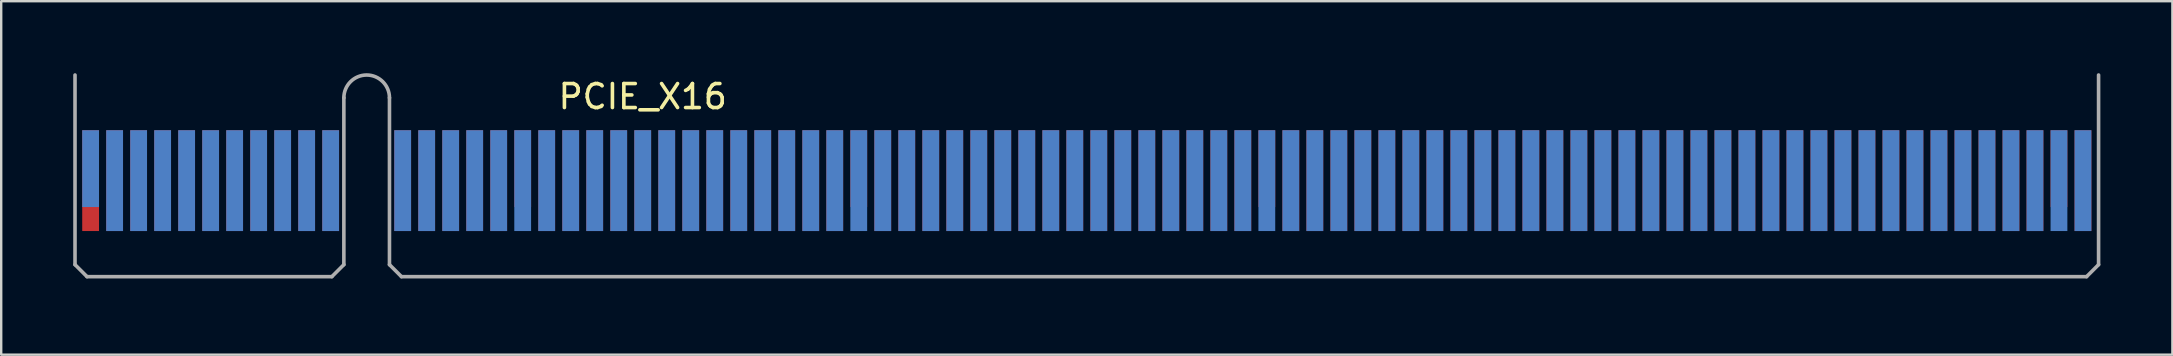
<source format=kicad_pcb>
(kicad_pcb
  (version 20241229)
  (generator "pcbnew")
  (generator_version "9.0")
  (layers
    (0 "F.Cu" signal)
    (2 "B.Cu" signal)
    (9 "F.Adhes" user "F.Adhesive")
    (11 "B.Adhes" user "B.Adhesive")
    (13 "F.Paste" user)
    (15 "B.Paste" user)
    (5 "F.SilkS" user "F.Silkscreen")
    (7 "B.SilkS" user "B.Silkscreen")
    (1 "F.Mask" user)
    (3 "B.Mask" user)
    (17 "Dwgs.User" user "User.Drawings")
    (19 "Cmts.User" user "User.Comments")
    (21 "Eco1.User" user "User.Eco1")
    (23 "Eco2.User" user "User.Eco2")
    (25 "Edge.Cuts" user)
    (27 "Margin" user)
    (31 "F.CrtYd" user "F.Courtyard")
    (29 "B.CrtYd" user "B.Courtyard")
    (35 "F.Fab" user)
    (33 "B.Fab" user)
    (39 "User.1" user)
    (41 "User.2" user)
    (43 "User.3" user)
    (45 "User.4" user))
  (footprint "PCIE_X16"
    (layer "F.Cu")
    (at 12.225 8.475)
    (property "Reference" "PCIE_X16" (at 11.5 -7.5 0) (layer "F.SilkS") (effects (font (size 1 1) (thickness 0.15))))
    (attr through_hole)
    (fp_line (start -12.15 -0.5) (end -12.15 -8.4) (stroke (width 0.15) (type solid)) (layer "F.Fab"))
    (fp_line (start -12.15 -0.5) (end -11.65 0) (stroke (width 0.15) (type solid)) (layer "F.Fab"))
    (fp_line (start -11.65 0) (end -1.45 0) (stroke (width 0.15) (type solid)) (layer "F.Fab"))
    (fp_line (start -0.95 -0.5) (end -1.45 0) (stroke (width 0.15) (type solid)) (layer "F.Fab"))
    (fp_line (start -0.95 -0.5) (end -0.95 -7.45) (stroke (width 0.15) (type solid)) (layer "F.Fab"))
    (fp_line (start 0.95 -7.45) (end 0.95 -0.5) (stroke (width 0.15) (type solid)) (layer "F.Fab"))
    (fp_line (start 0.95 -0.5) (end 1.45 0) (stroke (width 0.15) (type solid)) (layer "F.Fab"))
    (fp_line (start 71.65 0) (end 1.45 0) (stroke (width 0.15) (type solid)) (layer "F.Fab"))
    (fp_line (start 72.15 -0.5) (end 71.65 0) (stroke (width 0.15) (type solid)) (layer "F.Fab"))
    (fp_line (start 72.15 -0.5) (end 72.15 -8.4) (stroke (width 0.15) (type solid)) (layer "F.Fab"))
    (fp_arc (start -0.95 -7.45) (mid 0 -8.4) (end 0.95 -7.45) (stroke (width 0.15) (type solid)) (layer "F.Fab"))
    (pad "A1" smd rect (at -11.5 -4.5) (size 0.7 3.2) (layers "B.Cu" "B.Mask" "B.Paste"))
    (pad "A2" smd rect (at -10.5 -4) (size 0.7 4.2) (layers "B.Cu" "B.Mask" "B.Paste"))
    (pad "A3" smd rect (at -9.5 -4) (size 0.7 4.2) (layers "B.Cu" "B.Mask" "B.Paste"))
    (pad "A4" smd rect (at -8.5 -4) (size 0.7 4.2) (layers "B.Cu" "B.Mask" "B.Paste"))
    (pad "A5" smd rect (at -7.5 -4) (size 0.7 4.2) (layers "B.Cu" "B.Mask" "B.Paste"))
    (pad "A6" smd rect (at -6.5 -4) (size 0.7 4.2) (layers "B.Cu" "B.Mask" "B.Paste"))
    (pad "A7" smd rect (at -5.5 -4) (size 0.7 4.2) (layers "B.Cu" "B.Mask" "B.Paste"))
    (pad "A8" smd rect (at -4.5 -4) (size 0.7 4.2) (layers "B.Cu" "B.Mask" "B.Paste"))
    (pad "A9" smd rect (at -3.5 -4) (size 0.7 4.2) (layers "B.Cu" "B.Mask" "B.Paste"))
    (pad "A10" smd rect (at -2.5 -4) (size 0.7 4.2) (layers "B.Cu" "B.Mask" "B.Paste"))
    (pad "A11" smd rect (at -1.5 -4) (size 0.7 4.2) (layers "B.Cu" "B.Mask" "B.Paste"))
    (pad "A12" smd rect (at 1.5 -4) (size 0.7 4.2) (layers "B.Cu" "B.Mask" "B.Paste"))
    (pad "A13" smd rect (at 2.5 -4) (size 0.7 4.2) (layers "B.Cu" "B.Mask" "B.Paste"))
    (pad "A14" smd rect (at 3.5 -4) (size 0.7 4.2) (layers "B.Cu" "B.Mask" "B.Paste"))
    (pad "A15" smd rect (at 4.5 -4) (size 0.7 4.2) (layers "B.Cu" "B.Mask" "B.Paste"))
    (pad "A16" smd rect (at 5.5 -4) (size 0.7 4.2) (layers "B.Cu" "B.Mask" "B.Paste"))
    (pad "A17" smd rect (at 6.5 -4) (size 0.7 4.2) (layers "B.Cu" "B.Mask" "B.Paste"))
    (pad "A18" smd rect (at 7.5 -4) (size 0.7 4.2) (layers "B.Cu" "B.Mask" "B.Paste"))
    (pad "A19" smd rect (at 8.5 -4) (size 0.7 4.2) (layers "B.Cu" "B.Mask" "B.Paste"))
    (pad "A20" smd rect (at 9.5 -4) (size 0.7 4.2) (layers "B.Cu" "B.Mask" "B.Paste"))
    (pad "A21" smd rect (at 10.5 -4) (size 0.7 4.2) (layers "B.Cu" "B.Mask" "B.Paste"))
    (pad "A22" smd rect (at 11.5 -4) (size 0.7 4.2) (layers "B.Cu" "B.Mask" "B.Paste"))
    (pad "A23" smd rect (at 12.5 -4) (size 0.7 4.2) (layers "B.Cu" "B.Mask" "B.Paste"))
    (pad "A24" smd rect (at 13.5 -4) (size 0.7 4.2) (layers "B.Cu" "B.Mask" "B.Paste"))
    (pad "A25" smd rect (at 14.5 -4) (size 0.7 4.2) (layers "B.Cu" "B.Mask" "B.Paste"))
    (pad "A26" smd rect (at 15.5 -4) (size 0.7 4.2) (layers "B.Cu" "B.Mask" "B.Paste"))
    (pad "A27" smd rect (at 16.5 -4) (size 0.7 4.2) (layers "B.Cu" "B.Mask" "B.Paste"))
    (pad "A28" smd rect (at 17.5 -4) (size 0.7 4.2) (layers "B.Cu" "B.Mask" "B.Paste"))
    (pad "A29" smd rect (at 18.5 -4) (size 0.7 4.2) (layers "B.Cu" "B.Mask" "B.Paste"))
    (pad "A30" smd rect (at 19.5 -4) (size 0.7 4.2) (layers "B.Cu" "B.Mask" "B.Paste"))
    (pad "A31" smd rect (at 20.5 -4) (size 0.7 4.2) (layers "B.Cu" "B.Mask" "B.Paste"))
    (pad "A32" smd rect (at 21.5 -4) (size 0.7 4.2) (layers "B.Cu" "B.Mask" "B.Paste"))
    (pad "A33" smd rect (at 22.5 -4) (size 0.7 4.2) (layers "B.Cu" "B.Mask" "B.Paste"))
    (pad "A34" smd rect (at 23.5 -4) (size 0.7 4.2) (layers "B.Cu" "B.Mask" "B.Paste"))
    (pad "A35" smd rect (at 24.5 -4) (size 0.7 4.2) (layers "B.Cu" "B.Mask" "B.Paste"))
    (pad "A36" smd rect (at 25.5 -4) (size 0.7 4.2) (layers "B.Cu" "B.Mask" "B.Paste"))
    (pad "A37" smd rect (at 26.5 -4) (size 0.7 4.2) (layers "B.Cu" "B.Mask" "B.Paste"))
    (pad "A38" smd rect (at 27.5 -4) (size 0.7 4.2) (layers "B.Cu" "B.Mask" "B.Paste"))
    (pad "A39" smd rect (at 28.5 -4) (size 0.7 4.2) (layers "B.Cu" "B.Mask" "B.Paste"))
    (pad "A40" smd rect (at 29.5 -4) (size 0.7 4.2) (layers "B.Cu" "B.Mask" "B.Paste"))
    (pad "A41" smd rect (at 30.5 -4) (size 0.7 4.2) (layers "B.Cu" "B.Mask" "B.Paste"))
    (pad "A42" smd rect (at 31.5 -4) (size 0.7 4.2) (layers "B.Cu" "B.Mask" "B.Paste"))
    (pad "A43" smd rect (at 32.5 -4) (size 0.7 4.2) (layers "B.Cu" "B.Mask" "B.Paste"))
    (pad "A44" smd rect (at 33.5 -4) (size 0.7 4.2) (layers "B.Cu" "B.Mask" "B.Paste"))
    (pad "A45" smd rect (at 34.5 -4) (size 0.7 4.2) (layers "B.Cu" "B.Mask" "B.Paste"))
    (pad "A46" smd rect (at 35.5 -4) (size 0.7 4.2) (layers "B.Cu" "B.Mask" "B.Paste"))
    (pad "A47" smd rect (at 36.5 -4) (size 0.7 4.2) (layers "B.Cu" "B.Mask" "B.Paste"))
    (pad "A48" smd rect (at 37.5 -4) (size 0.7 4.2) (layers "B.Cu" "B.Mask" "B.Paste"))
    (pad "A49" smd rect (at 38.5 -4) (size 0.7 4.2) (layers "B.Cu" "B.Mask" "B.Paste"))
    (pad "A50" smd rect (at 39.5 -4) (size 0.7 4.2) (layers "B.Cu" "B.Mask" "B.Paste"))
    (pad "A51" smd rect (at 40.5 -4) (size 0.7 4.2) (layers "B.Cu" "B.Mask" "B.Paste"))
    (pad "A52" smd rect (at 41.5 -4) (size 0.7 4.2) (layers "B.Cu" "B.Mask" "B.Paste"))
    (pad "A53" smd rect (at 42.5 -4) (size 0.7 4.2) (layers "B.Cu" "B.Mask" "B.Paste"))
    (pad "A54" smd rect (at 43.5 -4) (size 0.7 4.2) (layers "B.Cu" "B.Mask" "B.Paste"))
    (pad "A55" smd rect (at 44.5 -4) (size 0.7 4.2) (layers "B.Cu" "B.Mask" "B.Paste"))
    (pad "A56" smd rect (at 45.5 -4) (size 0.7 4.2) (layers "B.Cu" "B.Mask" "B.Paste"))
    (pad "A57" smd rect (at 46.5 -4) (size 0.7 4.2) (layers "B.Cu" "B.Mask" "B.Paste"))
    (pad "A58" smd rect (at 47.5 -4) (size 0.7 4.2) (layers "B.Cu" "B.Mask" "B.Paste"))
    (pad "A59" smd rect (at 48.5 -4) (size 0.7 4.2) (layers "B.Cu" "B.Mask" "B.Paste"))
    (pad "A60" smd rect (at 49.5 -4) (size 0.7 4.2) (layers "B.Cu" "B.Mask" "B.Paste"))
    (pad "A61" smd rect (at 50.5 -4) (size 0.7 4.2) (layers "B.Cu" "B.Mask" "B.Paste"))
    (pad "A62" smd rect (at 51.5 -4) (size 0.7 4.2) (layers "B.Cu" "B.Mask" "B.Paste"))
    (pad "A63" smd rect (at 52.5 -4) (size 0.7 4.2) (layers "B.Cu" "B.Mask" "B.Paste"))
    (pad "A64" smd rect (at 53.5 -4) (size 0.7 4.2) (layers "B.Cu" "B.Mask" "B.Paste"))
    (pad "A65" smd rect (at 54.5 -4) (size 0.7 4.2) (layers "B.Cu" "B.Mask" "B.Paste"))
    (pad "A66" smd rect (at 55.5 -4) (size 0.7 4.2) (layers "B.Cu" "B.Mask" "B.Paste"))
    (pad "A67" smd rect (at 56.5 -4) (size 0.7 4.2) (layers "B.Cu" "B.Mask" "B.Paste"))
    (pad "A68" smd rect (at 57.5 -4) (size 0.7 4.2) (layers "B.Cu" "B.Mask" "B.Paste"))
    (pad "A69" smd rect (at 58.5 -4) (size 0.7 4.2) (layers "B.Cu" "B.Mask" "B.Paste"))
    (pad "A70" smd rect (at 59.5 -4) (size 0.7 4.2) (layers "B.Cu" "B.Mask" "B.Paste"))
    (pad "A71" smd rect (at 60.5 -4) (size 0.7 4.2) (layers "B.Cu" "B.Mask" "B.Paste"))
    (pad "A72" smd rect (at 61.5 -4) (size 0.7 4.2) (layers "B.Cu" "B.Mask" "B.Paste"))
    (pad "A73" smd rect (at 62.5 -4) (size 0.7 4.2) (layers "B.Cu" "B.Mask" "B.Paste"))
    (pad "A74" smd rect (at 63.5 -4) (size 0.7 4.2) (layers "B.Cu" "B.Mask" "B.Paste"))
    (pad "A75" smd rect (at 64.5 -4) (size 0.7 4.2) (layers "B.Cu" "B.Mask" "B.Paste"))
    (pad "A76" smd rect (at 65.5 -4) (size 0.7 4.2) (layers "B.Cu" "B.Mask" "B.Paste"))
    (pad "A77" smd rect (at 66.5 -4) (size 0.7 4.2) (layers "B.Cu" "B.Mask" "B.Paste"))
    (pad "A78" smd rect (at 67.5 -4) (size 0.7 4.2) (layers "B.Cu" "B.Mask" "B.Paste"))
    (pad "A79" smd rect (at 68.5 -4) (size 0.7 4.2) (layers "B.Cu" "B.Mask" "B.Paste"))
    (pad "A80" smd rect (at 69.5 -4) (size 0.7 4.2) (layers "B.Cu" "B.Mask" "B.Paste"))
    (pad "A81" smd rect (at 70.5 -4) (size 0.7 4.2) (layers "B.Cu" "B.Mask" "B.Paste"))
    (pad "A82" smd rect (at 71.5 -4) (size 0.7 4.2) (layers "B.Cu" "B.Mask" "B.Paste"))
    (pad "B1" smd rect (at -11.5 -4) (size 0.7 4.2) (layers "F.Cu" "F.Mask" "F.Paste"))
    (pad "B2" smd rect (at -10.5 -4) (size 0.7 4.2) (layers "F.Cu" "F.Mask" "F.Paste"))
    (pad "B3" smd rect (at -9.5 -4) (size 0.7 4.2) (layers "F.Cu" "F.Mask" "F.Paste"))
    (pad "B4" smd rect (at -8.5 -4) (size 0.7 4.2) (layers "F.Cu" "F.Mask" "F.Paste"))
    (pad "B5" smd rect (at -7.5 -4) (size 0.7 4.2) (layers "F.Cu" "F.Mask" "F.Paste"))
    (pad "B6" smd rect (at -6.5 -4) (size 0.7 4.2) (layers "F.Cu" "F.Mask" "F.Paste"))
    (pad "B7" smd rect (at -5.5 -4) (size 0.7 4.2) (layers "F.Cu" "F.Mask" "F.Paste"))
    (pad "B8" smd rect (at -4.5 -4) (size 0.7 4.2) (layers "F.Cu" "F.Mask" "F.Paste"))
    (pad "B9" smd rect (at -3.5 -4) (size 0.7 4.2) (layers "F.Cu" "F.Mask" "F.Paste"))
    (pad "B10" smd rect (at -2.5 -4) (size 0.7 4.2) (layers "F.Cu" "F.Mask" "F.Paste"))
    (pad "B11" smd rect (at -1.5 -4) (size 0.7 4.2) (layers "F.Cu" "F.Mask" "F.Paste"))
    (pad "B12" smd rect (at 1.5 -4) (size 0.7 4.2) (layers "F.Cu" "F.Mask" "F.Paste"))
    (pad "B13" smd rect (at 2.5 -4) (size 0.7 4.2) (layers "F.Cu" "F.Mask" "F.Paste"))
    (pad "B14" smd rect (at 3.5 -4) (size 0.7 4.2) (layers "F.Cu" "F.Mask" "F.Paste"))
    (pad "B15" smd rect (at 4.5 -4) (size 0.7 4.2) (layers "F.Cu" "F.Mask" "F.Paste"))
    (pad "B16" smd rect (at 5.5 -4) (size 0.7 4.2) (layers "F.Cu" "F.Mask" "F.Paste"))
    (pad "B17" smd rect (at 6.5 -4.5) (size 0.7 3.2) (layers "F.Cu" "F.Mask" "F.Paste"))
    (pad "B18" smd rect (at 7.5 -4) (size 0.7 4.2) (layers "F.Cu" "F.Mask" "F.Paste"))
    (pad "B19" smd rect (at 8.5 -4) (size 0.7 4.2) (layers "F.Cu" "F.Mask" "F.Paste"))
    (pad "B20" smd rect (at 9.5 -4) (size 0.7 4.2) (layers "F.Cu" "F.Mask" "F.Paste"))
    (pad "B21" smd rect (at 10.5 -4) (size 0.7 4.2) (layers "F.Cu" "F.Mask" "F.Paste"))
    (pad "B22" smd rect (at 11.5 -4) (size 0.7 4.2) (layers "F.Cu" "F.Mask" "F.Paste"))
    (pad "B23" smd rect (at 12.5 -4) (size 0.7 4.2) (layers "F.Cu" "F.Mask" "F.Paste"))
    (pad "B24" smd rect (at 13.5 -4) (size 0.7 4.2) (layers "F.Cu" "F.Mask" "F.Paste"))
    (pad "B25" smd rect (at 14.5 -4) (size 0.7 4.2) (layers "F.Cu" "F.Mask" "F.Paste"))
    (pad "B26" smd rect (at 15.5 -4) (size 0.7 4.2) (layers "F.Cu" "F.Mask" "F.Paste"))
    (pad "B27" smd rect (at 16.5 -4) (size 0.7 4.2) (layers "F.Cu" "F.Mask" "F.Paste"))
    (pad "B28" smd rect (at 17.5 -4) (size 0.7 4.2) (layers "F.Cu" "F.Mask" "F.Paste"))
    (pad "B29" smd rect (at 18.5 -4) (size 0.7 4.2) (layers "F.Cu" "F.Mask" "F.Paste"))
    (pad "B30" smd rect (at 19.5 -4) (size 0.7 4.2) (layers "F.Cu" "F.Mask" "F.Paste"))
    (pad "B31" smd rect (at 20.5 -4.5) (size 0.7 3.2) (layers "F.Cu" "F.Mask" "F.Paste"))
    (pad "B32" smd rect (at 21.5 -4) (size 0.7 4.2) (layers "F.Cu" "F.Mask" "F.Paste"))
    (pad "B33" smd rect (at 22.5 -4) (size 0.7 4.2) (layers "F.Cu" "F.Mask" "F.Paste"))
    (pad "B34" smd rect (at 23.5 -4) (size 0.7 4.2) (layers "F.Cu" "F.Mask" "F.Paste"))
    (pad "B35" smd rect (at 24.5 -4) (size 0.7 4.2) (layers "F.Cu" "F.Mask" "F.Paste"))
    (pad "B36" smd rect (at 25.5 -4) (size 0.7 4.2) (layers "F.Cu" "F.Mask" "F.Paste"))
    (pad "B37" smd rect (at 26.5 -4) (size 0.7 4.2) (layers "F.Cu" "F.Mask" "F.Paste"))
    (pad "B38" smd rect (at 27.5 -4) (size 0.7 4.2) (layers "F.Cu" "F.Mask" "F.Paste"))
    (pad "B39" smd rect (at 28.5 -4) (size 0.7 4.2) (layers "F.Cu" "F.Mask" "F.Paste"))
    (pad "B40" smd rect (at 29.5 -4) (size 0.7 4.2) (layers "F.Cu" "F.Mask" "F.Paste"))
    (pad "B41" smd rect (at 30.5 -4) (size 0.7 4.2) (layers "F.Cu" "F.Mask" "F.Paste"))
    (pad "B42" smd rect (at 31.5 -4) (size 0.7 4.2) (layers "F.Cu" "F.Mask" "F.Paste"))
    (pad "B43" smd rect (at 32.5 -4) (size 0.7 4.2) (layers "F.Cu" "F.Mask" "F.Paste"))
    (pad "B44" smd rect (at 33.5 -4) (size 0.7 4.2) (layers "F.Cu" "F.Mask" "F.Paste"))
    (pad "B45" smd rect (at 34.5 -4) (size 0.7 4.2) (layers "F.Cu" "F.Mask" "F.Paste"))
    (pad "B46" smd rect (at 35.5 -4) (size 0.7 4.2) (layers "F.Cu" "F.Mask" "F.Paste"))
    (pad "B47" smd rect (at 36.5 -4) (size 0.7 4.2) (layers "F.Cu" "F.Mask" "F.Paste"))
    (pad "B48" smd rect (at 37.5 -4.5) (size 0.7 3.2) (layers "F.Cu" "F.Mask" "F.Paste"))
    (pad "B49" smd rect (at 38.5 -4) (size 0.7 4.2) (layers "F.Cu" "F.Mask" "F.Paste"))
    (pad "B50" smd rect (at 39.5 -4) (size 0.7 4.2) (layers "F.Cu" "F.Mask" "F.Paste"))
    (pad "B51" smd rect (at 40.5 -4) (size 0.7 4.2) (layers "F.Cu" "F.Mask" "F.Paste"))
    (pad "B52" smd rect (at 41.5 -4) (size 0.7 4.2) (layers "F.Cu" "F.Mask" "F.Paste"))
    (pad "B53" smd rect (at 42.5 -4) (size 0.7 4.2) (layers "F.Cu" "F.Mask" "F.Paste"))
    (pad "B54" smd rect (at 43.5 -4) (size 0.7 4.2) (layers "F.Cu" "F.Mask" "F.Paste"))
    (pad "B55" smd rect (at 44.5 -4) (size 0.7 4.2) (layers "F.Cu" "F.Mask" "F.Paste"))
    (pad "B56" smd rect (at 45.5 -4) (size 0.7 4.2) (layers "F.Cu" "F.Mask" "F.Paste"))
    (pad "B57" smd rect (at 46.5 -4) (size 0.7 4.2) (layers "F.Cu" "F.Mask" "F.Paste"))
    (pad "B58" smd rect (at 47.5 -4) (size 0.7 4.2) (layers "F.Cu" "F.Mask" "F.Paste"))
    (pad "B59" smd rect (at 48.5 -4) (size 0.7 4.2) (layers "F.Cu" "F.Mask" "F.Paste"))
    (pad "B60" smd rect (at 49.5 -4) (size 0.7 4.2) (layers "F.Cu" "F.Mask" "F.Paste"))
    (pad "B61" smd rect (at 50.5 -4) (size 0.7 4.2) (layers "F.Cu" "F.Mask" "F.Paste"))
    (pad "B62" smd rect (at 51.5 -4) (size 0.7 4.2) (layers "F.Cu" "F.Mask" "F.Paste"))
    (pad "B63" smd rect (at 52.5 -4) (size 0.7 4.2) (layers "F.Cu" "F.Mask" "F.Paste"))
    (pad "B64" smd rect (at 53.5 -4) (size 0.7 4.2) (layers "F.Cu" "F.Mask" "F.Paste"))
    (pad "B65" smd rect (at 54.5 -4) (size 0.7 4.2) (layers "F.Cu" "F.Mask" "F.Paste"))
    (pad "B66" smd rect (at 55.5 -4) (size 0.7 4.2) (layers "F.Cu" "F.Mask" "F.Paste"))
    (pad "B67" smd rect (at 56.5 -4) (size 0.7 4.2) (layers "F.Cu" "F.Mask" "F.Paste"))
    (pad "B68" smd rect (at 57.5 -4) (size 0.7 4.2) (layers "F.Cu" "F.Mask" "F.Paste"))
    (pad "B69" smd rect (at 58.5 -4) (size 0.7 4.2) (layers "F.Cu" "F.Mask" "F.Paste"))
    (pad "B70" smd rect (at 59.5 -4) (size 0.7 4.2) (layers "F.Cu" "F.Mask" "F.Paste"))
    (pad "B71" smd rect (at 60.5 -4) (size 0.7 4.2) (layers "F.Cu" "F.Mask" "F.Paste"))
    (pad "B72" smd rect (at 61.5 -4) (size 0.7 4.2) (layers "F.Cu" "F.Mask" "F.Paste"))
    (pad "B73" smd rect (at 62.5 -4) (size 0.7 4.2) (layers "F.Cu" "F.Mask" "F.Paste"))
    (pad "B74" smd rect (at 63.5 -4) (size 0.7 4.2) (layers "F.Cu" "F.Mask" "F.Paste"))
    (pad "B75" smd rect (at 64.5 -4) (size 0.7 4.2) (layers "F.Cu" "F.Mask" "F.Paste"))
    (pad "B76" smd rect (at 65.5 -4) (size 0.7 4.2) (layers "F.Cu" "F.Mask" "F.Paste"))
    (pad "B77" smd rect (at 66.5 -4) (size 0.7 4.2) (layers "F.Cu" "F.Mask" "F.Paste"))
    (pad "B78" smd rect (at 67.5 -4) (size 0.7 4.2) (layers "F.Cu" "F.Mask" "F.Paste"))
    (pad "B79" smd rect (at 68.5 -4) (size 0.7 4.2) (layers "F.Cu" "F.Mask" "F.Paste"))
    (pad "B80" smd rect (at 69.5 -4) (size 0.7 4.2) (layers "F.Cu" "F.Mask" "F.Paste"))
    (pad "B81" smd rect (at 70.5 -4.5) (size 0.7 3.2) (layers "F.Cu" "F.Mask" "F.Paste"))
    (pad "B82" smd rect (at 71.5 -4) (size 0.7 4.2) (layers "F.Cu" "F.Mask" "F.Paste")))
  (gr_rect
    (start -3 -3)
    (end 87.45 11.725)
    (stroke (width 0.1) (type default))
    (fill no)
    (layer "Edge.Cuts")))
</source>
